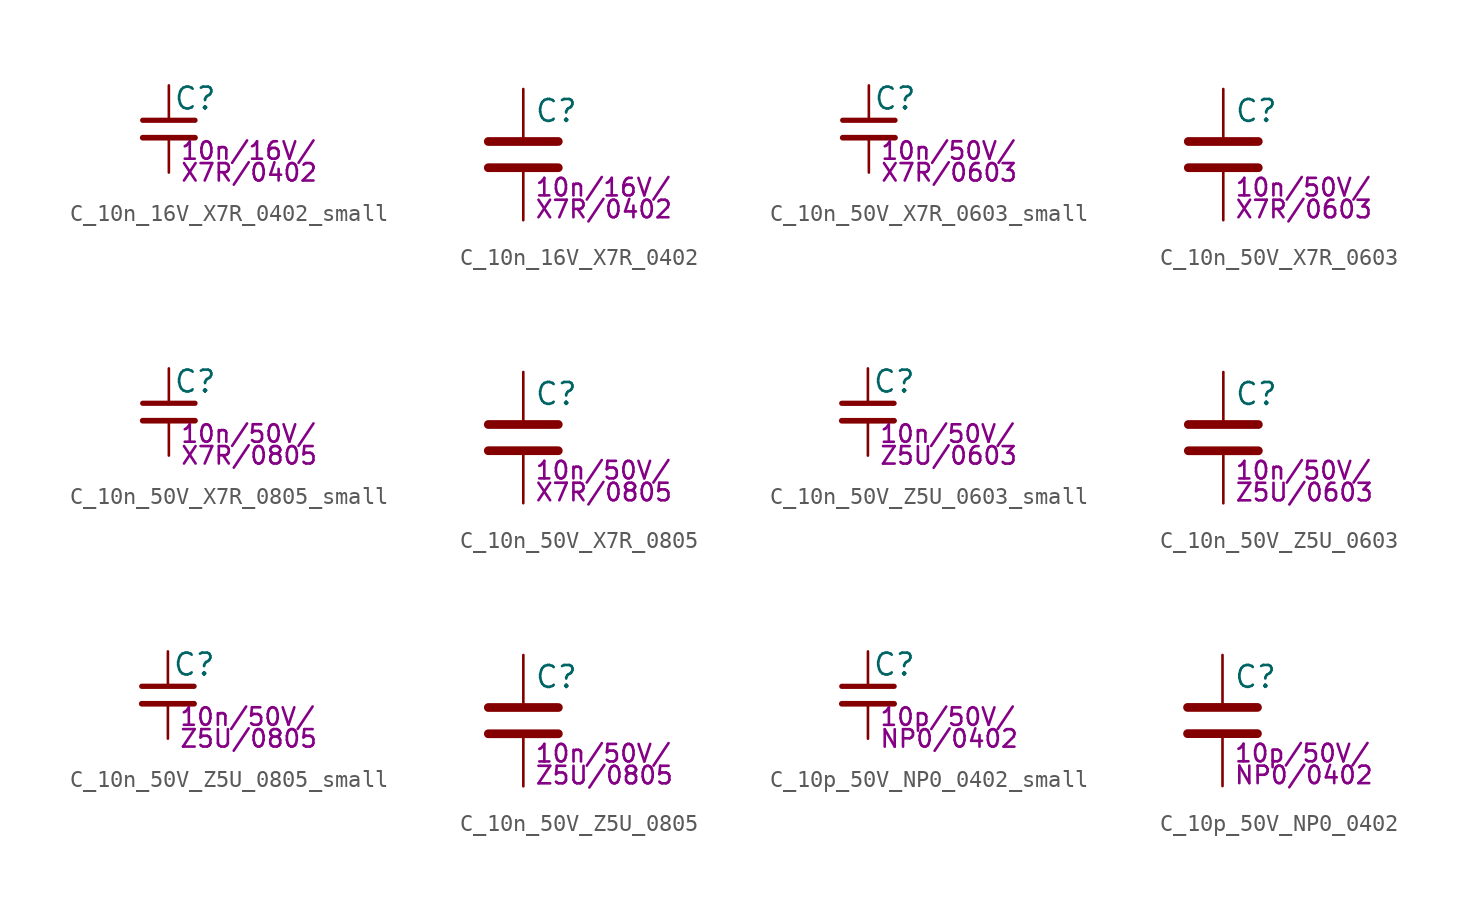
<source format=kicad_sym>
(kicad_symbol_lib
  (version 20211014)
  (generator kicad_symbol_editor)
  (symbol "C_10n_16V_X7R_0402_small"
    (pin_numbers hide)
    (pin_names
      (offset 0.254) hide)
    (property "Reference" "C"
      (at 0.254 1.778 0)
      (effects (font (size 1.27 1.27)) (justify left)))
    (property "Params" "10n/16V/"
      (at 0.635 -1.27 0)
      (effects (font (size 1.016 1.016)) (justify left)))
    (property "Params2" "X7R/0402"
      (at 0.635 -2.54 0)
      (effects (font (size 1.016 1.016)) (justify left)))
    (symbol "C_10n_16V_X7R_0402_small_0_1"
      (polyline (pts (xy -1.524 -0.508) (xy 1.524 -0.508)) (stroke (width 0.33) (type default) (color 0 0 0 0)) (fill (type none)))
      (polyline (pts (xy -1.524 0.508) (xy 1.524 0.508)) (stroke (width 0.305) (type default) (color 0 0 0 0)) (fill (type none))))
    (symbol "C_10n_16V_X7R_0402_small_1_1"
      (pin passive line (at 0 2.54 270) (length 2.032) (name "~" (effects (font (size 1.27 1.27)))) (number "1" (effects (font (size 1.27 1.27)))))
      (pin passive line (at 0 -2.54 90) (length 2.032) (name "~" (effects (font (size 1.27 1.27)))) (number "2" (effects (font (size 1.27 1.27)))))))
  (symbol "C_10n_16V_X7R_0402"
    (pin_numbers hide)
    (pin_names
      (offset 0.254))
    (property "Reference" "C"
      (at 0.635 2.54 0)
      (effects (font (size 1.27 1.27)) (justify left)))
    (property "Params" "10n/16V/"
      (at 0.635 -1.905 0)
      (effects (font (size 1.016 1.016)) (justify left)))
    (property "Params2" "X7R/0402"
      (at 0.635 -3.175 0)
      (effects (font (size 1.016 1.016)) (justify left)))
    (symbol "C_10n_16V_X7R_0402_0_1"
      (polyline (pts (xy -2.032 -0.762) (xy 2.032 -0.762)) (stroke (width 0.508) (type default) (color 0 0 0 0)) (fill (type none)))
      (polyline (pts (xy -2.032 0.762) (xy 2.032 0.762)) (stroke (width 0.508) (type default) (color 0 0 0 0)) (fill (type none))))
    (symbol "C_10n_16V_X7R_0402_1_1"
      (pin passive line (at 0 3.81 270) (length 2.794) (name "~" (effects (font (size 1.27 1.27)))) (number "1" (effects (font (size 1.27 1.27)))))
      (pin passive line (at 0 -3.81 90) (length 2.794) (name "~" (effects (font (size 1.27 1.27)))) (number "2" (effects (font (size 1.27 1.27)))))))
  (symbol "C_10n_50V_X7R_0603_small"
    (pin_numbers hide)
    (pin_names
      (offset 0.254) hide)
    (property "Reference" "C"
      (at 0.254 1.778 0)
      (effects (font (size 1.27 1.27)) (justify left)))
    (property "Params" "10n/50V/"
      (at 0.635 -1.27 0)
      (effects (font (size 1.016 1.016)) (justify left)))
    (property "Params2" "X7R/0603"
      (at 0.635 -2.54 0)
      (effects (font (size 1.016 1.016)) (justify left)))
    (symbol "C_10n_50V_X7R_0603_small_0_1"
      (polyline (pts (xy -1.524 -0.508) (xy 1.524 -0.508)) (stroke (width 0.33) (type default) (color 0 0 0 0)) (fill (type none)))
      (polyline (pts (xy -1.524 0.508) (xy 1.524 0.508)) (stroke (width 0.305) (type default) (color 0 0 0 0)) (fill (type none))))
    (symbol "C_10n_50V_X7R_0603_small_1_1"
      (pin passive line (at 0 2.54 270) (length 2.032) (name "~" (effects (font (size 1.27 1.27)))) (number "1" (effects (font (size 1.27 1.27)))))
      (pin passive line (at 0 -2.54 90) (length 2.032) (name "~" (effects (font (size 1.27 1.27)))) (number "2" (effects (font (size 1.27 1.27)))))))
  (symbol "C_10n_50V_X7R_0603"
    (pin_numbers hide)
    (pin_names
      (offset 0.254))
    (property "Reference" "C"
      (at 0.635 2.54 0)
      (effects (font (size 1.27 1.27)) (justify left)))
    (property "Params" "10n/50V/"
      (at 0.635 -1.905 0)
      (effects (font (size 1.016 1.016)) (justify left)))
    (property "Params2" "X7R/0603"
      (at 0.635 -3.175 0)
      (effects (font (size 1.016 1.016)) (justify left)))
    (symbol "C_10n_50V_X7R_0603_0_1"
      (polyline (pts (xy -2.032 -0.762) (xy 2.032 -0.762)) (stroke (width 0.508) (type default) (color 0 0 0 0)) (fill (type none)))
      (polyline (pts (xy -2.032 0.762) (xy 2.032 0.762)) (stroke (width 0.508) (type default) (color 0 0 0 0)) (fill (type none))))
    (symbol "C_10n_50V_X7R_0603_1_1"
      (pin passive line (at 0 3.81 270) (length 2.794) (name "~" (effects (font (size 1.27 1.27)))) (number "1" (effects (font (size 1.27 1.27)))))
      (pin passive line (at 0 -3.81 90) (length 2.794) (name "~" (effects (font (size 1.27 1.27)))) (number "2" (effects (font (size 1.27 1.27)))))))
  (symbol "C_10n_50V_X7R_0805_small"
    (pin_numbers hide)
    (pin_names
      (offset 0.254) hide)
    (property "Reference" "C"
      (at 0.254 1.778 0)
      (effects (font (size 1.27 1.27)) (justify left)))
    (property "Params" "10n/50V/"
      (at 0.635 -1.27 0)
      (effects (font (size 1.016 1.016)) (justify left)))
    (property "Params2" "X7R/0805"
      (at 0.635 -2.54 0)
      (effects (font (size 1.016 1.016)) (justify left)))
    (symbol "C_10n_50V_X7R_0805_small_0_1"
      (polyline (pts (xy -1.524 -0.508) (xy 1.524 -0.508)) (stroke (width 0.33) (type default) (color 0 0 0 0)) (fill (type none)))
      (polyline (pts (xy -1.524 0.508) (xy 1.524 0.508)) (stroke (width 0.305) (type default) (color 0 0 0 0)) (fill (type none))))
    (symbol "C_10n_50V_X7R_0805_small_1_1"
      (pin passive line (at 0 2.54 270) (length 2.032) (name "~" (effects (font (size 1.27 1.27)))) (number "1" (effects (font (size 1.27 1.27)))))
      (pin passive line (at 0 -2.54 90) (length 2.032) (name "~" (effects (font (size 1.27 1.27)))) (number "2" (effects (font (size 1.27 1.27)))))))
  (symbol "C_10n_50V_X7R_0805"
    (pin_numbers hide)
    (pin_names
      (offset 0.254))
    (property "Reference" "C"
      (at 0.635 2.54 0)
      (effects (font (size 1.27 1.27)) (justify left)))
    (property "Params" "10n/50V/"
      (at 0.635 -1.905 0)
      (effects (font (size 1.016 1.016)) (justify left)))
    (property "Params2" "X7R/0805"
      (at 0.635 -3.175 0)
      (effects (font (size 1.016 1.016)) (justify left)))
    (symbol "C_10n_50V_X7R_0805_0_1"
      (polyline (pts (xy -2.032 -0.762) (xy 2.032 -0.762)) (stroke (width 0.508) (type default) (color 0 0 0 0)) (fill (type none)))
      (polyline (pts (xy -2.032 0.762) (xy 2.032 0.762)) (stroke (width 0.508) (type default) (color 0 0 0 0)) (fill (type none))))
    (symbol "C_10n_50V_X7R_0805_1_1"
      (pin passive line (at 0 3.81 270) (length 2.794) (name "~" (effects (font (size 1.27 1.27)))) (number "1" (effects (font (size 1.27 1.27)))))
      (pin passive line (at 0 -3.81 90) (length 2.794) (name "~" (effects (font (size 1.27 1.27)))) (number "2" (effects (font (size 1.27 1.27)))))))
  (symbol "C_10n_50V_Z5U_0603_small"
    (pin_numbers hide)
    (pin_names
      (offset 0.254) hide)
    (property "Reference" "C"
      (at 0.254 1.778 0)
      (effects (font (size 1.27 1.27)) (justify left)))
    (property "Params" "10n/50V/"
      (at 0.635 -1.27 0)
      (effects (font (size 1.016 1.016)) (justify left)))
    (property "Params2" "Z5U/0603"
      (at 0.635 -2.54 0)
      (effects (font (size 1.016 1.016)) (justify left)))
    (symbol "C_10n_50V_Z5U_0603_small_0_1"
      (polyline (pts (xy -1.524 -0.508) (xy 1.524 -0.508)) (stroke (width 0.33) (type default) (color 0 0 0 0)) (fill (type none)))
      (polyline (pts (xy -1.524 0.508) (xy 1.524 0.508)) (stroke (width 0.305) (type default) (color 0 0 0 0)) (fill (type none))))
    (symbol "C_10n_50V_Z5U_0603_small_1_1"
      (pin passive line (at 0 2.54 270) (length 2.032) (name "~" (effects (font (size 1.27 1.27)))) (number "1" (effects (font (size 1.27 1.27)))))
      (pin passive line (at 0 -2.54 90) (length 2.032) (name "~" (effects (font (size 1.27 1.27)))) (number "2" (effects (font (size 1.27 1.27)))))))
  (symbol "C_10n_50V_Z5U_0603"
    (pin_numbers hide)
    (pin_names
      (offset 0.254))
    (property "Reference" "C"
      (at 0.635 2.54 0)
      (effects (font (size 1.27 1.27)) (justify left)))
    (property "Params" "10n/50V/"
      (at 0.635 -1.905 0)
      (effects (font (size 1.016 1.016)) (justify left)))
    (property "Params2" "Z5U/0603"
      (at 0.635 -3.175 0)
      (effects (font (size 1.016 1.016)) (justify left)))
    (symbol "C_10n_50V_Z5U_0603_0_1"
      (polyline (pts (xy -2.032 -0.762) (xy 2.032 -0.762)) (stroke (width 0.508) (type default) (color 0 0 0 0)) (fill (type none)))
      (polyline (pts (xy -2.032 0.762) (xy 2.032 0.762)) (stroke (width 0.508) (type default) (color 0 0 0 0)) (fill (type none))))
    (symbol "C_10n_50V_Z5U_0603_1_1"
      (pin passive line (at 0 3.81 270) (length 2.794) (name "~" (effects (font (size 1.27 1.27)))) (number "1" (effects (font (size 1.27 1.27)))))
      (pin passive line (at 0 -3.81 90) (length 2.794) (name "~" (effects (font (size 1.27 1.27)))) (number "2" (effects (font (size 1.27 1.27)))))))
  (symbol "C_10n_50V_Z5U_0805_small"
    (pin_numbers hide)
    (pin_names
      (offset 0.254) hide)
    (property "Reference" "C"
      (at 0.254 1.778 0)
      (effects (font (size 1.27 1.27)) (justify left)))
    (property "Params" "10n/50V/"
      (at 0.635 -1.27 0)
      (effects (font (size 1.016 1.016)) (justify left)))
    (property "Params2" "Z5U/0805"
      (at 0.635 -2.54 0)
      (effects (font (size 1.016 1.016)) (justify left)))
    (symbol "C_10n_50V_Z5U_0805_small_0_1"
      (polyline (pts (xy -1.524 -0.508) (xy 1.524 -0.508)) (stroke (width 0.33) (type default) (color 0 0 0 0)) (fill (type none)))
      (polyline (pts (xy -1.524 0.508) (xy 1.524 0.508)) (stroke (width 0.305) (type default) (color 0 0 0 0)) (fill (type none))))
    (symbol "C_10n_50V_Z5U_0805_small_1_1"
      (pin passive line (at 0 2.54 270) (length 2.032) (name "~" (effects (font (size 1.27 1.27)))) (number "1" (effects (font (size 1.27 1.27)))))
      (pin passive line (at 0 -2.54 90) (length 2.032) (name "~" (effects (font (size 1.27 1.27)))) (number "2" (effects (font (size 1.27 1.27)))))))
  (symbol "C_10n_50V_Z5U_0805"
    (pin_numbers hide)
    (pin_names
      (offset 0.254))
    (property "Reference" "C"
      (at 0.635 2.54 0)
      (effects (font (size 1.27 1.27)) (justify left)))
    (property "Params" "10n/50V/"
      (at 0.635 -1.905 0)
      (effects (font (size 1.016 1.016)) (justify left)))
    (property "Params2" "Z5U/0805"
      (at 0.635 -3.175 0)
      (effects (font (size 1.016 1.016)) (justify left)))
    (symbol "C_10n_50V_Z5U_0805_0_1"
      (polyline (pts (xy -2.032 -0.762) (xy 2.032 -0.762)) (stroke (width 0.508) (type default) (color 0 0 0 0)) (fill (type none)))
      (polyline (pts (xy -2.032 0.762) (xy 2.032 0.762)) (stroke (width 0.508) (type default) (color 0 0 0 0)) (fill (type none))))
    (symbol "C_10n_50V_Z5U_0805_1_1"
      (pin passive line (at 0 3.81 270) (length 2.794) (name "~" (effects (font (size 1.27 1.27)))) (number "1" (effects (font (size 1.27 1.27)))))
      (pin passive line (at 0 -3.81 90) (length 2.794) (name "~" (effects (font (size 1.27 1.27)))) (number "2" (effects (font (size 1.27 1.27)))))))
  (symbol "C_10p_50V_NP0_0402_small"
    (pin_numbers hide)
    (pin_names
      (offset 0.254) hide)
    (property "Reference" "C"
      (at 0.254 1.778 0)
      (effects (font (size 1.27 1.27)) (justify left)))
    (property "Params" "10p/50V/"
      (at 0.635 -1.27 0)
      (effects (font (size 1.016 1.016)) (justify left)))
    (property "Params2" "NP0/0402"
      (at 0.635 -2.54 0)
      (effects (font (size 1.016 1.016)) (justify left)))
    (symbol "C_10p_50V_NP0_0402_small_0_1"
      (polyline (pts (xy -1.524 -0.508) (xy 1.524 -0.508)) (stroke (width 0.33) (type default) (color 0 0 0 0)) (fill (type none)))
      (polyline (pts (xy -1.524 0.508) (xy 1.524 0.508)) (stroke (width 0.305) (type default) (color 0 0 0 0)) (fill (type none))))
    (symbol "C_10p_50V_NP0_0402_small_1_1"
      (pin passive line (at 0 2.54 270) (length 2.032) (name "~" (effects (font (size 1.27 1.27)))) (number "1" (effects (font (size 1.27 1.27)))))
      (pin passive line (at 0 -2.54 90) (length 2.032) (name "~" (effects (font (size 1.27 1.27)))) (number "2" (effects (font (size 1.27 1.27)))))))
  (symbol "C_10p_50V_NP0_0402"
    (pin_numbers hide)
    (pin_names
      (offset 0.254))
    (property "Reference" "C"
      (at 0.635 2.54 0)
      (effects (font (size 1.27 1.27)) (justify left)))
    (property "Params" "10p/50V/"
      (at 0.635 -1.905 0)
      (effects (font (size 1.016 1.016)) (justify left)))
    (property "Params2" "NP0/0402"
      (at 0.635 -3.175 0)
      (effects (font (size 1.016 1.016)) (justify left)))
    (symbol "C_10p_50V_NP0_0402_0_1"
      (polyline (pts (xy -2.032 -0.762) (xy 2.032 -0.762)) (stroke (width 0.508) (type default) (color 0 0 0 0)) (fill (type none)))
      (polyline (pts (xy -2.032 0.762) (xy 2.032 0.762)) (stroke (width 0.508) (type default) (color 0 0 0 0)) (fill (type none))))
    (symbol "C_10p_50V_NP0_0402_1_1"
      (pin passive line (at 0 3.81 270) (length 2.794) (name "~" (effects (font (size 1.27 1.27)))) (number "1" (effects (font (size 1.27 1.27)))))
      (pin passive line (at 0 -3.81 90) (length 2.794) (name "~" (effects (font (size 1.27 1.27)))) (number "2" (effects (font (size 1.27 1.27))))))))
</source>
